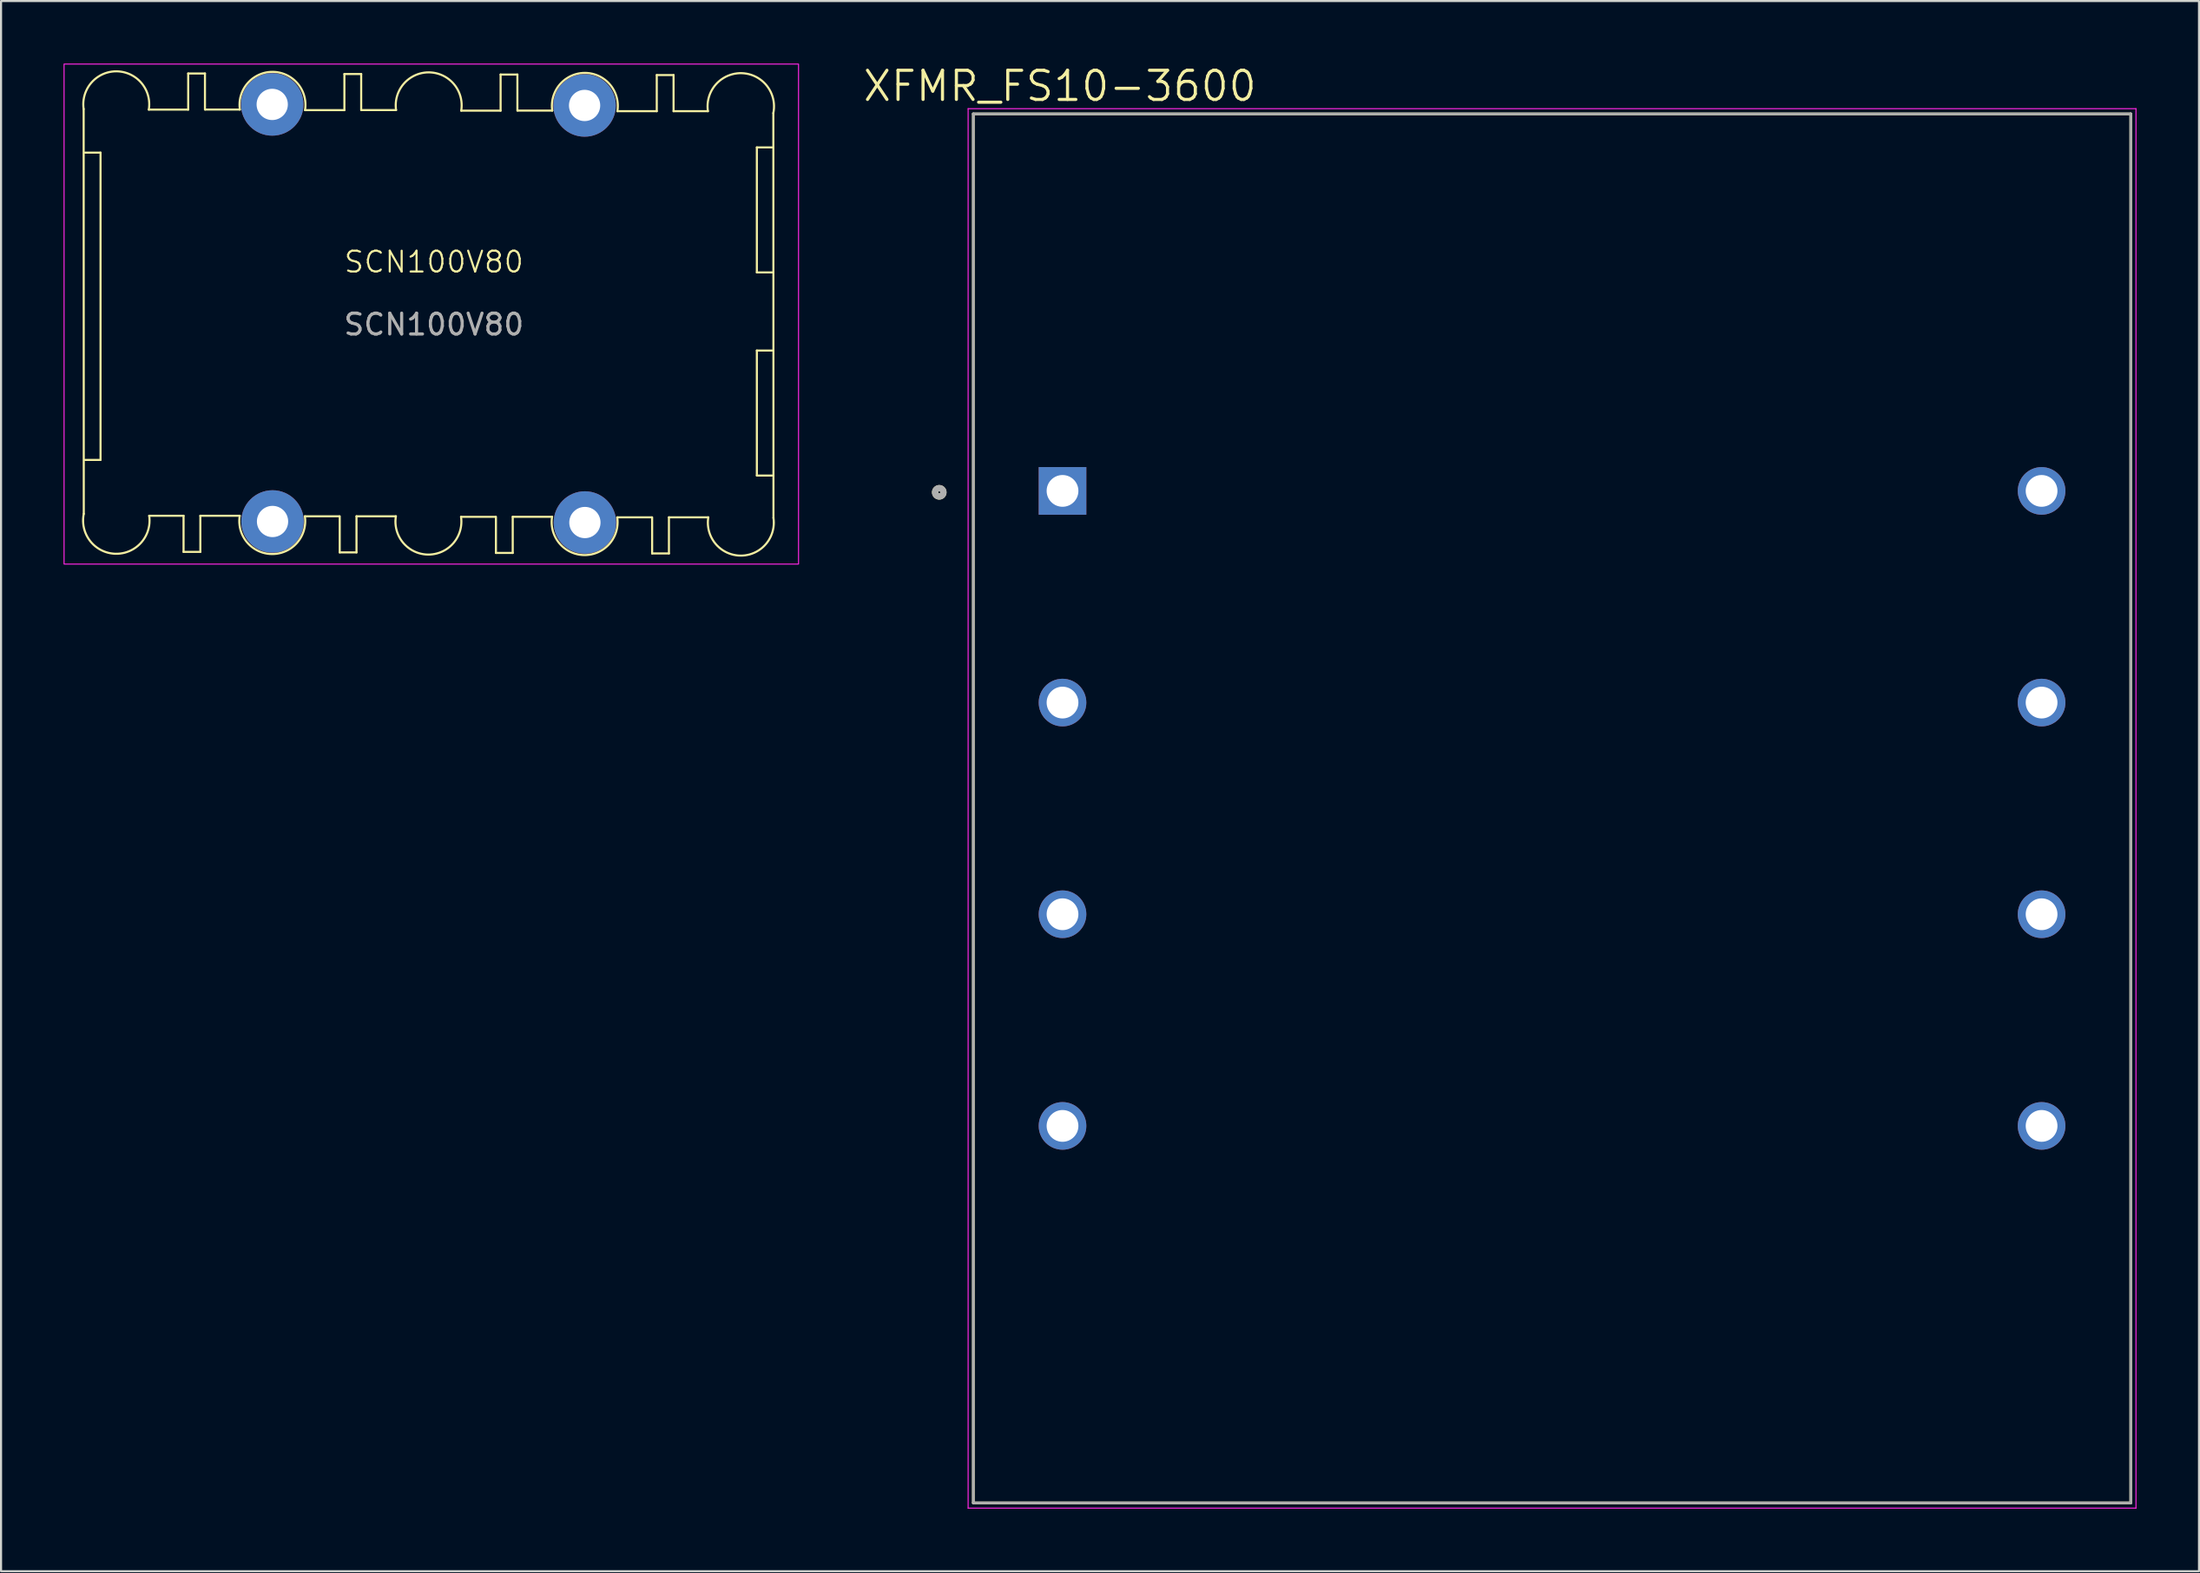
<source format=kicad_pcb>
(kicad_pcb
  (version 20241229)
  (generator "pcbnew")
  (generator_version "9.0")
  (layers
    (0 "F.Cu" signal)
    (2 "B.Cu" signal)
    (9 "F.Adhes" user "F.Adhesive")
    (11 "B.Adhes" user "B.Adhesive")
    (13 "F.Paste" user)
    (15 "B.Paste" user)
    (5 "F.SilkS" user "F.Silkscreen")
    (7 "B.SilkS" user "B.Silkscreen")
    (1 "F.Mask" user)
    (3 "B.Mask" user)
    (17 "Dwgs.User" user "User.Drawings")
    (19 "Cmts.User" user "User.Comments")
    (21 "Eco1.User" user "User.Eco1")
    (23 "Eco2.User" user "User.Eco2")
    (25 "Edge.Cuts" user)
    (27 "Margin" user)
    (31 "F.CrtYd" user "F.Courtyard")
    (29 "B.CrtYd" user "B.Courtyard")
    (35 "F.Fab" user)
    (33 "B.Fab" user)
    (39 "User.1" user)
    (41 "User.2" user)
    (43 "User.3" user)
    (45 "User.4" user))
  (footprint "XFMR_FS10-3600"
    (layer "F.Cu")
    (at 71.44 35.753)
    (property "Reference" "XFMR_FS10-3600" (at -23.622 -34.671 0) (layer "F.SilkS") (effects (font (size 1.4 1.4) (thickness 0.15))))
    (attr through_hole)
    (fp_line (start -27.775 -33.337) (end -27.775 33.337) (stroke (width 0.127) (type solid)) (layer "F.SilkS"))
    (fp_line (start -27.775 -33.337) (end 27.775 -33.337) (stroke (width 0.127) (type solid)) (layer "F.SilkS"))
    (fp_line (start 27.775 -33.337) (end 27.775 33.337) (stroke (width 0.127) (type solid)) (layer "F.SilkS"))
    (fp_line (start 27.775 33.337) (end -27.775 33.337) (stroke (width 0.127) (type solid)) (layer "F.SilkS"))
    (fp_circle (center -29.411 -15.172) (end -29.211 -15.172) (stroke (width 0.3) (type solid)) (fill no) (layer "F.SilkS"))
    (fp_line (start -28.025 -33.587) (end 28.025 -33.587) (stroke (width 0.05) (type solid)) (layer "F.CrtYd"))
    (fp_line (start -28.025 33.587) (end -28.025 -33.587) (stroke (width 0.05) (type solid)) (layer "F.CrtYd"))
    (fp_line (start 28.025 -33.587) (end 28.025 33.587) (stroke (width 0.05) (type solid)) (layer "F.CrtYd"))
    (fp_line (start 28.025 33.587) (end -28.025 33.587) (stroke (width 0.05) (type solid)) (layer "F.CrtYd"))
    (fp_line (start -27.775 -33.337) (end 27.775 -33.337) (stroke (width 0.127) (type solid)) (layer "F.Fab"))
    (fp_line (start -27.775 33.337) (end -27.775 -33.337) (stroke (width 0.127) (type solid)) (layer "F.Fab"))
    (fp_line (start 27.775 -33.337) (end 27.775 33.337) (stroke (width 0.127) (type solid)) (layer "F.Fab"))
    (fp_line (start 27.775 33.337) (end -27.775 33.337) (stroke (width 0.127) (type solid)) (layer "F.Fab"))
    (fp_circle (center -29.411 -15.172) (end -29.211 -15.172) (stroke (width 0.3) (type solid)) (fill no) (layer "F.Fab"))
    (pad "1" thru_hole rect (at -23.495 -15.24) (size 2.286 2.286) (drill 1.524) (layers "*.Cu" "*.Mask"))
    (pad "2" thru_hole circle (at -23.495 -5.08) (size 2.286 2.286) (drill 1.524) (layers "*.Cu" "*.Mask"))
    (pad "3" thru_hole circle (at -23.495 5.08) (size 2.286 2.286) (drill 1.524) (layers "*.Cu" "*.Mask"))
    (pad "4" thru_hole circle (at -23.495 15.24) (size 2.286 2.286) (drill 1.524) (layers "*.Cu" "*.Mask"))
    (pad "5" thru_hole circle (at 23.495 -15.24) (size 2.286 2.286) (drill 1.524) (layers "*.Cu" "*.Mask"))
    (pad "6" thru_hole circle (at 23.495 -5.08) (size 2.286 2.286) (drill 1.524) (layers "*.Cu" "*.Mask"))
    (pad "7" thru_hole circle (at 23.495 5.08) (size 2.286 2.286) (drill 1.524) (layers "*.Cu" "*.Mask"))
    (pad "8" thru_hole circle (at 23.495 15.24) (size 2.286 2.286) (drill 1.524) (layers "*.Cu" "*.Mask")))
  (footprint "SCN100V80"
    (layer "F.Cu")
    (at 17.775 10.025)
    (property "Reference" "SCN100V80" (at 0 -0.5 0) (unlocked yes) (layer "F.SilkS") (effects (font (size 1 1) (thickness 0.1))))
    (attr through_hole)
    (fp_line (start -16.81 -7.841) (end -16.804 11.588) (stroke (width 0.1) (type default)) (layer "F.SilkS"))
    (fp_line (start -16.75 -5.75) (end -16 -5.75) (stroke (width 0.1) (type default)) (layer "F.SilkS"))
    (fp_line (start -16 -5.75) (end -16 9) (stroke (width 0.1) (type default)) (layer "F.SilkS"))
    (fp_line (start -16 9) (end -16.75 9) (stroke (width 0.1) (type default)) (layer "F.SilkS"))
    (fp_line (start -13.683 -7.813) (end -11.793 -7.813) (stroke (width 0.1) (type default)) (layer "F.SilkS"))
    (fp_line (start -13.664 11.681) (end -12.015 11.681) (stroke (width 0.1) (type default)) (layer "F.SilkS"))
    (fp_line (start -12.015 11.681) (end -12.015 13.416) (stroke (width 0.1) (type default)) (layer "F.SilkS"))
    (fp_line (start -12.015 13.416) (end -11.21 13.416) (stroke (width 0.1) (type default)) (layer "F.SilkS"))
    (fp_line (start -11.793 -7.813) (end -11.793 -9.548) (stroke (width 0.1) (type default)) (layer "F.SilkS"))
    (fp_line (start -11.21 11.681) (end -11.21 13.416) (stroke (width 0.1) (type default)) (layer "F.SilkS"))
    (fp_line (start -10.988 -9.548) (end -11.793 -9.548) (stroke (width 0.1) (type default)) (layer "F.SilkS"))
    (fp_line (start -10.988 -7.813) (end -10.988 -9.548) (stroke (width 0.1) (type default)) (layer "F.SilkS"))
    (fp_line (start -9.32 11.681) (end -11.21 11.681) (stroke (width 0.1) (type default)) (layer "F.SilkS"))
    (fp_line (start -9.313 -7.816) (end -10.962 -7.816) (stroke (width 0.1) (type default)) (layer "F.SilkS"))
    (fp_line (start -6.194 11.708) (end -4.546 11.708) (stroke (width 0.1) (type default)) (layer "F.SilkS"))
    (fp_line (start -6.185 -7.788) (end -4.296 -7.788) (stroke (width 0.1) (type default)) (layer "F.SilkS"))
    (fp_line (start -4.52 11.706) (end -4.52 13.441) (stroke (width 0.1) (type default)) (layer "F.SilkS"))
    (fp_line (start -4.52 13.441) (end -3.715 13.441) (stroke (width 0.1) (type default)) (layer "F.SilkS"))
    (fp_line (start -4.296 -7.788) (end -4.296 -9.523) (stroke (width 0.1) (type default)) (layer "F.SilkS"))
    (fp_line (start -3.715 11.706) (end -3.715 13.441) (stroke (width 0.1) (type default)) (layer "F.SilkS"))
    (fp_line (start -3.49 -9.523) (end -4.296 -9.523) (stroke (width 0.1) (type default)) (layer "F.SilkS"))
    (fp_line (start -3.49 -7.788) (end -3.49 -9.523) (stroke (width 0.1) (type default)) (layer "F.SilkS"))
    (fp_line (start -1.825 11.706) (end -3.715 11.706) (stroke (width 0.1) (type default)) (layer "F.SilkS"))
    (fp_line (start -1.816 -7.791) (end -3.465 -7.791) (stroke (width 0.1) (type default)) (layer "F.SilkS"))
    (fp_line (start 1.303 11.733) (end 2.952 11.733) (stroke (width 0.1) (type default)) (layer "F.SilkS"))
    (fp_line (start 1.312 -7.763) (end 3.201 -7.763) (stroke (width 0.1) (type default)) (layer "F.SilkS"))
    (fp_line (start 2.977 11.731) (end 2.977 13.466) (stroke (width 0.1) (type default)) (layer "F.SilkS"))
    (fp_line (start 2.977 13.466) (end 3.783 13.466) (stroke (width 0.1) (type default)) (layer "F.SilkS"))
    (fp_line (start 3.201 -7.763) (end 3.201 -9.498) (stroke (width 0.1) (type default)) (layer "F.SilkS"))
    (fp_line (start 3.783 11.731) (end 3.783 13.466) (stroke (width 0.1) (type default)) (layer "F.SilkS"))
    (fp_line (start 4.007 -9.498) (end 3.201 -9.498) (stroke (width 0.1) (type default)) (layer "F.SilkS"))
    (fp_line (start 4.007 -7.763) (end 4.007 -9.498) (stroke (width 0.1) (type default)) (layer "F.SilkS"))
    (fp_line (start 5.672 11.731) (end 3.783 11.731) (stroke (width 0.1) (type default)) (layer "F.SilkS"))
    (fp_line (start 5.681 -7.766) (end 4.032 -7.766) (stroke (width 0.1) (type default)) (layer "F.SilkS"))
    (fp_line (start 8.8 11.758) (end 10.449 11.758) (stroke (width 0.1) (type default)) (layer "F.SilkS"))
    (fp_line (start 8.807 -7.738) (end 10.696 -7.738) (stroke (width 0.1) (type default)) (layer "F.SilkS"))
    (fp_line (start 10.474 11.756) (end 10.474 13.491) (stroke (width 0.1) (type default)) (layer "F.SilkS"))
    (fp_line (start 10.474 13.491) (end 11.28 13.491) (stroke (width 0.1) (type default)) (layer "F.SilkS"))
    (fp_line (start 10.696 -7.738) (end 10.696 -9.473) (stroke (width 0.1) (type default)) (layer "F.SilkS"))
    (fp_line (start 11.28 11.756) (end 11.28 13.491) (stroke (width 0.1) (type default)) (layer "F.SilkS"))
    (fp_line (start 11.502 -9.473) (end 10.696 -9.473) (stroke (width 0.1) (type default)) (layer "F.SilkS"))
    (fp_line (start 11.502 -7.738) (end 11.502 -9.473) (stroke (width 0.1) (type default)) (layer "F.SilkS"))
    (fp_line (start 13.151 -7.738) (end 11.502 -7.738) (stroke (width 0.1) (type default)) (layer "F.SilkS"))
    (fp_line (start 13.169 11.756) (end 11.28 11.756) (stroke (width 0.1) (type default)) (layer "F.SilkS"))
    (fp_line (start 15.5 -6) (end 16.25 -6) (stroke (width 0.1) (type default)) (layer "F.SilkS"))
    (fp_line (start 15.5 0) (end 15.5 -6) (stroke (width 0.1) (type default)) (layer "F.SilkS"))
    (fp_line (start 15.5 3.75) (end 16.25 3.75) (stroke (width 0.1) (type default)) (layer "F.SilkS"))
    (fp_line (start 15.5 9.75) (end 15.5 3.75) (stroke (width 0.1) (type default)) (layer "F.SilkS"))
    (fp_line (start 16.25 0) (end 15.5 0) (stroke (width 0.1) (type default)) (layer "F.SilkS"))
    (fp_line (start 16.25 9.75) (end 15.5 9.75) (stroke (width 0.1) (type default)) (layer "F.SilkS"))
    (fp_line (start 16.291 -7.645) (end 16.297 11.783) (stroke (width 0.1) (type default)) (layer "F.SilkS"))
    (fp_arc (start -16.810456 -7.840639) (mid -15.230675 -9.651746) (end -13.682659 -7.813413) (stroke (width 0.1) (type default)) (layer "F.SilkS"))
    (fp_arc (start -13.663856 11.680793) (mid -15.289243 13.505345) (end -16.803831 11.587822) (stroke (width 0.1) (type default)) (layer "F.SilkS"))
    (fp_arc (start -9.313231 -7.815639) (mid -7.73345 -9.626746) (end -6.185434 -7.788414) (stroke (width 0.1) (type default)) (layer "F.SilkS"))
    (fp_arc (start -6.192203 11.708018) (mid -7.771984 13.519125) (end -9.32 11.680793) (stroke (width 0.1) (type default)) (layer "F.SilkS"))
    (fp_arc (start -1.816006 -7.790639) (mid -0.236225 -9.601746) (end 1.311791 -7.763414) (stroke (width 0.1) (type default)) (layer "F.SilkS"))
    (fp_arc (start 1.302797 11.733018) (mid -0.276984 13.544125) (end -1.825 11.705793) (stroke (width 0.1) (type default)) (layer "F.SilkS"))
    (fp_arc (start 5.678994 -7.765639) (mid 7.258775 -9.576746) (end 8.806791 -7.738414) (stroke (width 0.1) (type default)) (layer "F.SilkS"))
    (fp_arc (start 8.800022 11.758018) (mid 7.220241 13.569125) (end 5.672225 11.730793) (stroke (width 0.1) (type default)) (layer "F.SilkS"))
    (fp_arc (start 13.150647 -7.738414) (mid 14.776034 -9.562966) (end 16.290622 -7.645443) (stroke (width 0.1) (type default)) (layer "F.SilkS"))
    (fp_arc (start 16.297247 11.783018) (mid 14.717466 13.594125) (end 13.16945 11.755793) (stroke (width 0.1) (type default)) (layer "F.SilkS"))
    (fp_rect (start -17.75 -10) (end 17.5 14) (stroke (width 0.05) (type default)) (fill no) (layer "F.CrtYd"))
    (fp_text user "${REFERENCE}" (at 0 2.5 0) (unlocked yes) (layer "F.Fab") (effects (font (size 1 1) (thickness 0.15))))
    (pad "3" thru_hole circle (at -7.76 -8.063 180) (size 3 3) (drill 1.5) (layers "*.Cu" "*.Mask"))
    (pad "4" thru_hole circle (at -7.745 11.956) (size 3 3) (drill 1.5) (layers "*.Cu" "*.Mask"))
    (pad "7" thru_hole circle (at 7.232 -8.013 180) (size 3 3) (drill 1.5) (layers "*.Cu" "*.Mask"))
    (pad "8" thru_hole circle (at 7.247 12.006) (size 3 3) (drill 1.5) (layers "*.Cu" "*.Mask")))
  (gr_rect
    (start -3 -3)
    (end 102.49 72.366)
    (stroke (width 0.1) (type default))
    (fill no)
    (layer "Edge.Cuts")))
</source>
